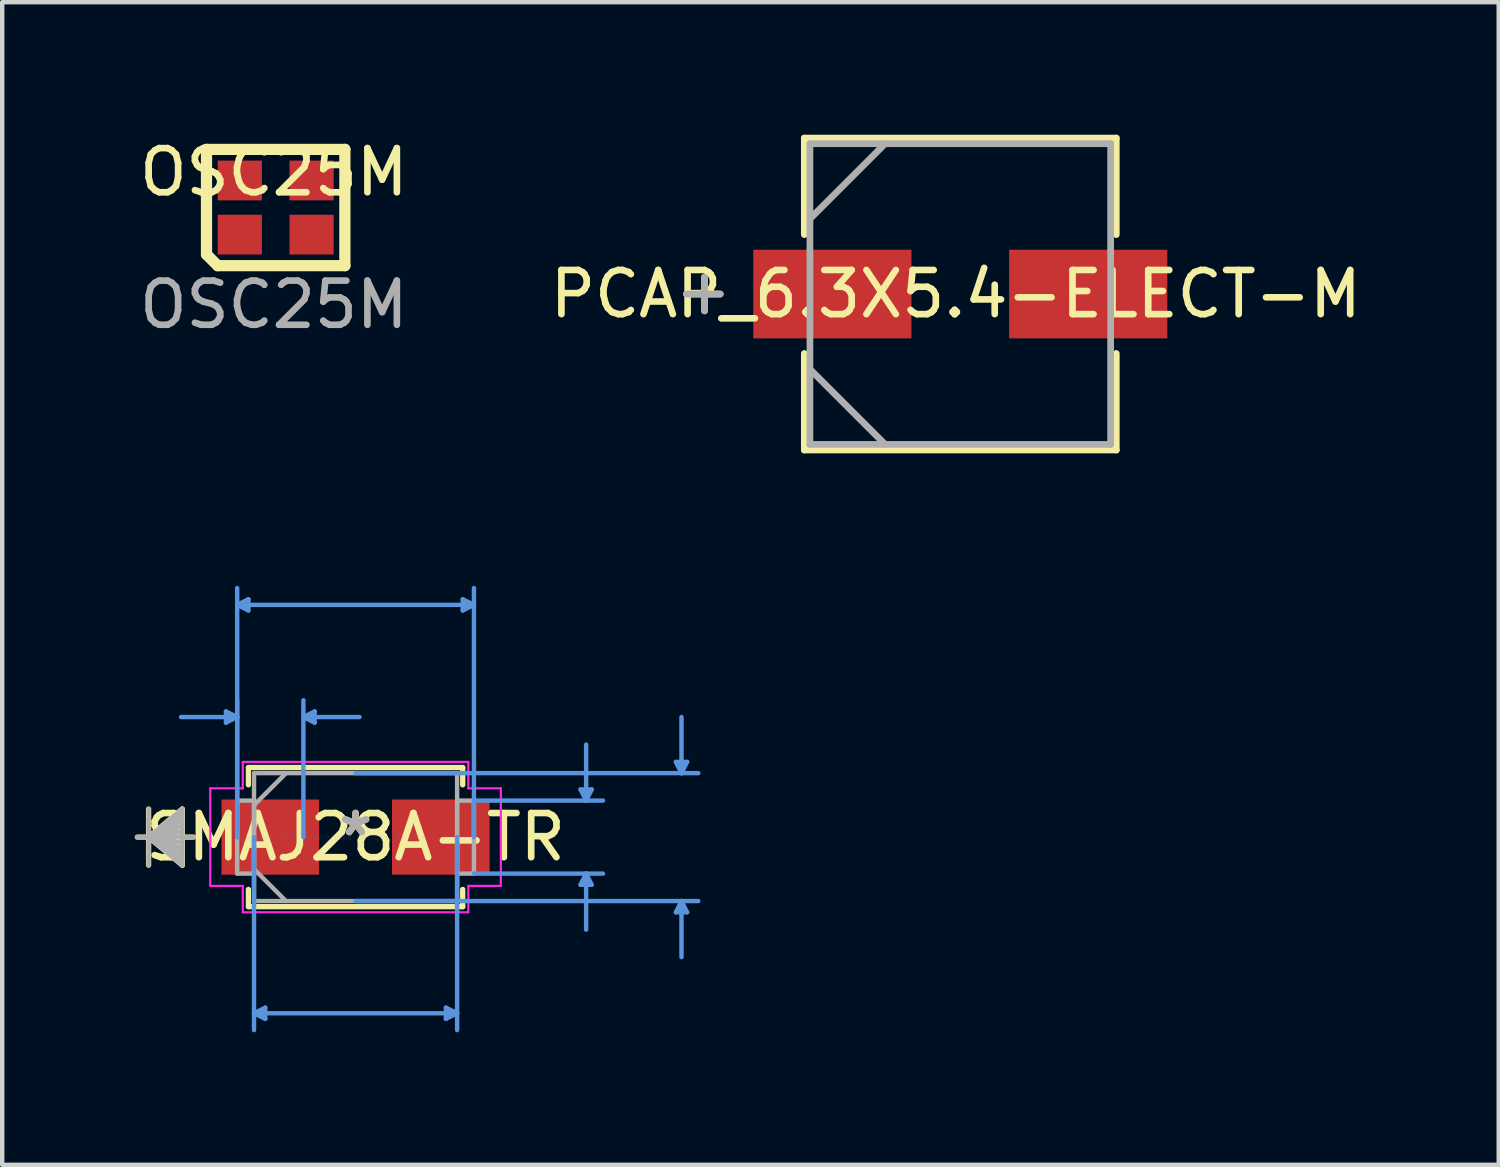
<source format=kicad_pcb>
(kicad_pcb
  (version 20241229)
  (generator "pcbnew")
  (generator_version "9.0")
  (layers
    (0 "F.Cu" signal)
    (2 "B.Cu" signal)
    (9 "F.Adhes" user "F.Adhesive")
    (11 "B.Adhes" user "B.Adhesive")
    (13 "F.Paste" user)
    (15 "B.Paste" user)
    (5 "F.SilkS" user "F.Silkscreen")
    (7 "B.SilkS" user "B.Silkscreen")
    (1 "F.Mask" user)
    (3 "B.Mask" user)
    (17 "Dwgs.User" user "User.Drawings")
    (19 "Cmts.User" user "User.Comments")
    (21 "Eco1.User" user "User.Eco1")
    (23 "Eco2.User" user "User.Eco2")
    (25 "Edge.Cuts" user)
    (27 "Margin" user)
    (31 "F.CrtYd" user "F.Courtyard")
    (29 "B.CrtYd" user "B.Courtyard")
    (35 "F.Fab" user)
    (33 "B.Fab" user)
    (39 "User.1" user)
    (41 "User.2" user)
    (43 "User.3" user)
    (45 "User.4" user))
  (footprint "SMAJ28A-TR"
    (layer "F.Cu")
    (at 5 15.902)
    (property "Reference" "SMAJ28A-TR" (at 0 0 0) (layer "F.SilkS") (effects (font (size 1 1) (thickness 0.15))))
    (attr through_hole)
    (fp_line (start -4.686 -0.635) (end -4.686 0.635) (stroke (width 0.12) (type solid)) (layer "F.SilkS"))
    (fp_line (start -4.686 0) (end -3.924 -0.635) (stroke (width 0.12) (type solid)) (layer "F.SilkS"))
    (fp_line (start -4.686 0) (end -3.924 -0.508) (stroke (width 0.12) (type solid)) (layer "F.SilkS"))
    (fp_line (start -4.686 0) (end -3.924 -0.381) (stroke (width 0.12) (type solid)) (layer "F.SilkS"))
    (fp_line (start -4.686 0) (end -3.924 -0.254) (stroke (width 0.12) (type solid)) (layer "F.SilkS"))
    (fp_line (start -4.686 0) (end -3.924 -0.127) (stroke (width 0.12) (type solid)) (layer "F.SilkS"))
    (fp_line (start -4.686 0) (end -3.924 0.127) (stroke (width 0.12) (type solid)) (layer "F.SilkS"))
    (fp_line (start -4.686 0) (end -3.924 0.254) (stroke (width 0.12) (type solid)) (layer "F.SilkS"))
    (fp_line (start -4.686 0) (end -3.924 0.381) (stroke (width 0.12) (type solid)) (layer "F.SilkS"))
    (fp_line (start -4.686 0) (end -3.924 0.508) (stroke (width 0.12) (type solid)) (layer "F.SilkS"))
    (fp_line (start -4.686 0) (end -3.924 0.635) (stroke (width 0.12) (type solid)) (layer "F.SilkS"))
    (fp_line (start -3.924 -0.635) (end -3.924 0.635) (stroke (width 0.12) (type solid)) (layer "F.SilkS"))
    (fp_line (start -3.67 0) (end -4.94 0) (stroke (width 0.12) (type solid)) (layer "F.SilkS"))
    (fp_line (start -2.426 -1.575) (end -2.426 -1.184) (stroke (width 0.12) (type solid)) (layer "F.SilkS"))
    (fp_line (start -2.426 1.184) (end -2.426 1.575) (stroke (width 0.12) (type solid)) (layer "F.SilkS"))
    (fp_line (start -2.426 1.575) (end 2.426 1.575) (stroke (width 0.12) (type solid)) (layer "F.SilkS"))
    (fp_line (start 2.426 -1.575) (end -2.426 -1.575) (stroke (width 0.12) (type solid)) (layer "F.SilkS"))
    (fp_line (start 2.426 -1.184) (end 2.426 -1.575) (stroke (width 0.12) (type solid)) (layer "F.SilkS"))
    (fp_line (start 2.426 1.575) (end 2.426 1.184) (stroke (width 0.12) (type solid)) (layer "F.SilkS"))
    (fp_line (start -2.934 -2.845) (end -2.934 -2.591) (stroke (width 0.1) (type solid)) (layer "Cmts.User"))
    (fp_line (start -2.68 -5.258) (end -2.426 -5.385) (stroke (width 0.1) (type solid)) (layer "Cmts.User"))
    (fp_line (start -2.68 -5.258) (end -2.426 -5.131) (stroke (width 0.1) (type solid)) (layer "Cmts.User"))
    (fp_line (start -2.68 -5.258) (end 2.68 -5.258) (stroke (width 0.1) (type solid)) (layer "Cmts.User"))
    (fp_line (start -2.68 -2.718) (end -3.95 -2.718) (stroke (width 0.1) (type solid)) (layer "Cmts.User"))
    (fp_line (start -2.68 -2.718) (end -2.934 -2.845) (stroke (width 0.1) (type solid)) (layer "Cmts.User"))
    (fp_line (start -2.68 -2.718) (end -2.934 -2.591) (stroke (width 0.1) (type solid)) (layer "Cmts.User"))
    (fp_line (start -2.68 0) (end -2.68 -5.639) (stroke (width 0.1) (type solid)) (layer "Cmts.User"))
    (fp_line (start -2.68 0) (end -2.68 -3.099) (stroke (width 0.1) (type solid)) (layer "Cmts.User"))
    (fp_line (start -2.426 -5.385) (end -2.426 -5.131) (stroke (width 0.1) (type solid)) (layer "Cmts.User"))
    (fp_line (start -2.299 0) (end -2.299 4.369) (stroke (width 0.1) (type solid)) (layer "Cmts.User"))
    (fp_line (start -2.299 3.988) (end -2.045 3.861) (stroke (width 0.1) (type solid)) (layer "Cmts.User"))
    (fp_line (start -2.299 3.988) (end -2.045 4.115) (stroke (width 0.1) (type solid)) (layer "Cmts.User"))
    (fp_line (start -2.299 3.988) (end 2.299 3.988) (stroke (width 0.1) (type solid)) (layer "Cmts.User"))
    (fp_line (start -2.045 3.861) (end -2.045 4.115) (stroke (width 0.1) (type solid)) (layer "Cmts.User"))
    (fp_line (start -1.181 -2.718) (end -0.927 -2.845) (stroke (width 0.1) (type solid)) (layer "Cmts.User"))
    (fp_line (start -1.181 -2.718) (end -0.927 -2.591) (stroke (width 0.1) (type solid)) (layer "Cmts.User"))
    (fp_line (start -1.181 -2.718) (end 0.089 -2.718) (stroke (width 0.1) (type solid)) (layer "Cmts.User"))
    (fp_line (start -1.181 0) (end -1.181 -3.099) (stroke (width 0.1) (type solid)) (layer "Cmts.User"))
    (fp_line (start -0.927 -2.845) (end -0.927 -2.591) (stroke (width 0.1) (type solid)) (layer "Cmts.User"))
    (fp_line (start 0 -1.448) (end 7.76 -1.448) (stroke (width 0.1) (type solid)) (layer "Cmts.User"))
    (fp_line (start 0 1.448) (end 7.76 1.448) (stroke (width 0.1) (type solid)) (layer "Cmts.User"))
    (fp_line (start 2.045 3.861) (end 2.045 4.115) (stroke (width 0.1) (type solid)) (layer "Cmts.User"))
    (fp_line (start 2.299 0) (end 2.299 4.369) (stroke (width 0.1) (type solid)) (layer "Cmts.User"))
    (fp_line (start 2.299 3.988) (end 2.045 3.861) (stroke (width 0.1) (type solid)) (layer "Cmts.User"))
    (fp_line (start 2.299 3.988) (end 2.045 4.115) (stroke (width 0.1) (type solid)) (layer "Cmts.User"))
    (fp_line (start 2.426 -5.385) (end 2.426 -5.131) (stroke (width 0.1) (type solid)) (layer "Cmts.User"))
    (fp_line (start 2.68 -5.258) (end 2.426 -5.385) (stroke (width 0.1) (type solid)) (layer "Cmts.User"))
    (fp_line (start 2.68 -5.258) (end 2.426 -5.131) (stroke (width 0.1) (type solid)) (layer "Cmts.User"))
    (fp_line (start 2.68 -0.826) (end 5.601 -0.826) (stroke (width 0.1) (type solid)) (layer "Cmts.User"))
    (fp_line (start 2.68 0) (end 2.68 -5.639) (stroke (width 0.1) (type solid)) (layer "Cmts.User"))
    (fp_line (start 2.68 0.826) (end 5.601 0.826) (stroke (width 0.1) (type solid)) (layer "Cmts.User"))
    (fp_line (start 5.093 -1.079) (end 5.347 -1.079) (stroke (width 0.1) (type solid)) (layer "Cmts.User"))
    (fp_line (start 5.093 1.079) (end 5.347 1.079) (stroke (width 0.1) (type solid)) (layer "Cmts.User"))
    (fp_line (start 5.22 -0.826) (end 5.093 -1.079) (stroke (width 0.1) (type solid)) (layer "Cmts.User"))
    (fp_line (start 5.22 -0.826) (end 5.22 -2.095) (stroke (width 0.1) (type solid)) (layer "Cmts.User"))
    (fp_line (start 5.22 -0.826) (end 5.347 -1.079) (stroke (width 0.1) (type solid)) (layer "Cmts.User"))
    (fp_line (start 5.22 0.826) (end 5.093 1.079) (stroke (width 0.1) (type solid)) (layer "Cmts.User"))
    (fp_line (start 5.22 0.826) (end 5.22 2.095) (stroke (width 0.1) (type solid)) (layer "Cmts.User"))
    (fp_line (start 5.22 0.826) (end 5.347 1.079) (stroke (width 0.1) (type solid)) (layer "Cmts.User"))
    (fp_line (start 7.252 -1.702) (end 7.506 -1.702) (stroke (width 0.1) (type solid)) (layer "Cmts.User"))
    (fp_line (start 7.252 1.702) (end 7.506 1.702) (stroke (width 0.1) (type solid)) (layer "Cmts.User"))
    (fp_line (start 7.379 -1.448) (end 7.252 -1.702) (stroke (width 0.1) (type solid)) (layer "Cmts.User"))
    (fp_line (start 7.379 -1.448) (end 7.379 -2.718) (stroke (width 0.1) (type solid)) (layer "Cmts.User"))
    (fp_line (start 7.379 -1.448) (end 7.506 -1.702) (stroke (width 0.1) (type solid)) (layer "Cmts.User"))
    (fp_line (start 7.379 1.448) (end 7.252 1.702) (stroke (width 0.1) (type solid)) (layer "Cmts.User"))
    (fp_line (start 7.379 1.448) (end 7.379 2.718) (stroke (width 0.1) (type solid)) (layer "Cmts.User"))
    (fp_line (start 7.379 1.448) (end 7.506 1.702) (stroke (width 0.1) (type solid)) (layer "Cmts.User"))
    (fp_line (start -3.289 -1.105) (end -2.553 -1.105) (stroke (width 0.05) (type solid)) (layer "F.CrtYd"))
    (fp_line (start -3.289 1.105) (end -3.289 -1.105) (stroke (width 0.05) (type solid)) (layer "F.CrtYd"))
    (fp_line (start -2.553 -1.702) (end 2.553 -1.702) (stroke (width 0.05) (type solid)) (layer "F.CrtYd"))
    (fp_line (start -2.553 -1.105) (end -2.553 -1.702) (stroke (width 0.05) (type solid)) (layer "F.CrtYd"))
    (fp_line (start -2.553 1.105) (end -3.289 1.105) (stroke (width 0.05) (type solid)) (layer "F.CrtYd"))
    (fp_line (start -2.553 1.702) (end -2.553 1.105) (stroke (width 0.05) (type solid)) (layer "F.CrtYd"))
    (fp_line (start 2.553 -1.702) (end 2.553 -1.105) (stroke (width 0.05) (type solid)) (layer "F.CrtYd"))
    (fp_line (start 2.553 -1.105) (end 3.289 -1.105) (stroke (width 0.05) (type solid)) (layer "F.CrtYd"))
    (fp_line (start 2.553 1.105) (end 2.553 1.702) (stroke (width 0.05) (type solid)) (layer "F.CrtYd"))
    (fp_line (start 2.553 1.702) (end -2.553 1.702) (stroke (width 0.05) (type solid)) (layer "F.CrtYd"))
    (fp_line (start 3.289 -1.105) (end 3.289 1.105) (stroke (width 0.05) (type solid)) (layer "F.CrtYd"))
    (fp_line (start 3.289 1.105) (end 2.553 1.105) (stroke (width 0.05) (type solid)) (layer "F.CrtYd"))
    (fp_line (start -4.686 -0.635) (end -4.686 0.635) (stroke (width 0.1) (type solid)) (layer "F.Fab"))
    (fp_line (start -4.686 0) (end -3.924 -0.635) (stroke (width 0.1) (type solid)) (layer "F.Fab"))
    (fp_line (start -4.686 0) (end -3.924 -0.508) (stroke (width 0.1) (type solid)) (layer "F.Fab"))
    (fp_line (start -4.686 0) (end -3.924 -0.381) (stroke (width 0.1) (type solid)) (layer "F.Fab"))
    (fp_line (start -4.686 0) (end -3.924 -0.254) (stroke (width 0.1) (type solid)) (layer "F.Fab"))
    (fp_line (start -4.686 0) (end -3.924 -0.127) (stroke (width 0.1) (type solid)) (layer "F.Fab"))
    (fp_line (start -4.686 0) (end -3.924 0.127) (stroke (width 0.1) (type solid)) (layer "F.Fab"))
    (fp_line (start -4.686 0) (end -3.924 0.254) (stroke (width 0.1) (type solid)) (layer "F.Fab"))
    (fp_line (start -4.686 0) (end -3.924 0.381) (stroke (width 0.1) (type solid)) (layer "F.Fab"))
    (fp_line (start -4.686 0) (end -3.924 0.508) (stroke (width 0.1) (type solid)) (layer "F.Fab"))
    (fp_line (start -4.686 0) (end -3.924 0.635) (stroke (width 0.1) (type solid)) (layer "F.Fab"))
    (fp_line (start -3.924 -0.635) (end -3.924 0.635) (stroke (width 0.1) (type solid)) (layer "F.Fab"))
    (fp_line (start -3.67 0) (end -4.94 0) (stroke (width 0.1) (type solid)) (layer "F.Fab"))
    (fp_line (start -2.68 -0.826) (end -2.68 0.826) (stroke (width 0.1) (type solid)) (layer "F.Fab"))
    (fp_line (start -2.68 0.826) (end -2.299 0.826) (stroke (width 0.1) (type solid)) (layer "F.Fab"))
    (fp_line (start -2.299 -1.448) (end -2.299 1.448) (stroke (width 0.1) (type solid)) (layer "F.Fab"))
    (fp_line (start -2.299 -0.826) (end -2.68 -0.826) (stroke (width 0.1) (type solid)) (layer "F.Fab"))
    (fp_line (start -2.299 -0.724) (end -1.575 -1.448) (stroke (width 0.1) (type solid)) (layer "F.Fab"))
    (fp_line (start -2.299 0.724) (end -1.575 1.448) (stroke (width 0.1) (type solid)) (layer "F.Fab"))
    (fp_line (start -2.299 0.826) (end -2.299 -0.826) (stroke (width 0.1) (type solid)) (layer "F.Fab"))
    (fp_line (start -2.299 1.448) (end 2.299 1.448) (stroke (width 0.1) (type solid)) (layer "F.Fab"))
    (fp_line (start 2.299 -1.448) (end -2.299 -1.448) (stroke (width 0.1) (type solid)) (layer "F.Fab"))
    (fp_line (start 2.299 -0.826) (end 2.299 0.826) (stroke (width 0.1) (type solid)) (layer "F.Fab"))
    (fp_line (start 2.299 0.826) (end 2.68 0.826) (stroke (width 0.1) (type solid)) (layer "F.Fab"))
    (fp_line (start 2.299 1.448) (end 2.299 -1.448) (stroke (width 0.1) (type solid)) (layer "F.Fab"))
    (fp_line (start 2.68 -0.826) (end 2.299 -0.826) (stroke (width 0.1) (type solid)) (layer "F.Fab"))
    (fp_line (start 2.68 0.826) (end 2.68 -0.826) (stroke (width 0.1) (type solid)) (layer "F.Fab"))
    (fp_text user "*" (at 0 0 0) (layer "F.SilkS") (effects (font (size 1 1) (thickness 0.15))))
    (fp_text user "Copyright 2021 Accelerated Designs. All rights reserved." (at 0 0 0) (layer "Cmts.User") (effects (font (size 0.127 0.127) (thickness 0.002))))
    (fp_text user "*" (at 0 0 0) (layer "F.Fab") (effects (font (size 1 1) (thickness 0.15))))
    (pad "1" smd rect (at -1.93 0) (size 2.21 1.702) (layers "F.Cu" "F.Mask" "F.Paste"))
    (pad "2" smd rect (at 1.93 0) (size 2.21 1.702) (layers "F.Cu" "F.Mask" "F.Paste")))
  (footprint "PCAP_6.3X5.4-ELECT-M"
    (layer "F.Cu")
    (at 18.691 3.607)
    (property "Reference" "PCAP_6.3X5.4-ELECT-M" (at -0.102 0 0) (layer "F.SilkS") (effects (font (size 1 1) (thickness 0.15))))
    (attr smd)
    (fp_line (start -5.791 -0.381) (end -5.791 0.381) (stroke (width 0.152) (type solid)) (layer "F.SilkS"))
    (fp_line (start -5.436 0) (end -6.198 0) (stroke (width 0.152) (type solid)) (layer "F.SilkS"))
    (fp_line (start -3.531 -3.531) (end -3.531 -1.346) (stroke (width 0.152) (type solid)) (layer "F.SilkS"))
    (fp_line (start -3.531 1.346) (end -3.531 3.531) (stroke (width 0.152) (type solid)) (layer "F.SilkS"))
    (fp_line (start -3.531 3.531) (end 3.531 3.531) (stroke (width 0.152) (type solid)) (layer "F.SilkS"))
    (fp_line (start 3.531 -3.531) (end -3.531 -3.531) (stroke (width 0.152) (type solid)) (layer "F.SilkS"))
    (fp_line (start 3.531 -1.346) (end 3.531 -3.531) (stroke (width 0.152) (type solid)) (layer "F.SilkS"))
    (fp_line (start 3.531 3.531) (end 3.531 1.346) (stroke (width 0.152) (type solid)) (layer "F.SilkS"))
    (fp_line (start -5.791 -0.381) (end -5.791 0.381) (stroke (width 0.152) (type solid)) (layer "F.Fab"))
    (fp_line (start -5.436 0) (end -6.198 0) (stroke (width 0.152) (type solid)) (layer "F.Fab"))
    (fp_line (start -3.404 -3.404) (end -3.404 3.404) (stroke (width 0.152) (type solid)) (layer "F.Fab"))
    (fp_line (start -3.404 -1.702) (end -1.702 -3.404) (stroke (width 0.152) (type solid)) (layer "F.Fab"))
    (fp_line (start -3.404 1.702) (end -1.702 3.404) (stroke (width 0.152) (type solid)) (layer "F.Fab"))
    (fp_line (start -3.404 3.404) (end 3.404 3.404) (stroke (width 0.152) (type solid)) (layer "F.Fab"))
    (fp_line (start 3.404 -3.404) (end -3.404 -3.404) (stroke (width 0.152) (type solid)) (layer "F.Fab"))
    (fp_line (start 3.404 3.404) (end 3.404 -3.404) (stroke (width 0.152) (type solid)) (layer "F.Fab"))
    (pad "1" smd rect (at -2.896 0) (size 3.581 2.007) (layers "F.Cu" "F.Mask" "F.Paste"))
    (pad "2" smd rect (at 2.896 0) (size 3.581 2.007) (layers "F.Cu" "F.Mask" "F.Paste")))
  (footprint "OSC25M"
    (layer "F.Cu")
    (at 3.149 1.348)
    (property "Reference" "OSC25M" (at 0 -0.5 0) (unlocked yes) (layer "F.SilkS") (effects (font (size 1 1) (thickness 0.15))))
    (attr smd)
    (fp_line (start -1.524 -1.016) (end -1.524 1.363) (stroke (width 0.254) (type solid)) (layer "F.SilkS"))
    (fp_line (start -1.27 1.617) (end -1.524 1.363) (stroke (width 0.254) (type solid)) (layer "F.SilkS"))
    (fp_line (start 1.609 -1.016) (end -1.524 -1.016) (stroke (width 0.254) (type solid)) (layer "F.SilkS"))
    (fp_line (start 1.609 -1.016) (end 1.609 1.617) (stroke (width 0.254) (type solid)) (layer "F.SilkS"))
    (fp_line (start 1.609 1.617) (end -1.27 1.617) (stroke (width 0.254) (type solid)) (layer "F.SilkS"))
    (fp_line (start -1.524 -1.016) (end -1.524 1.363) (stroke (width 0.254) (type solid)) (layer "Eco1.User"))
    (fp_line (start -1.27 1.617) (end -1.524 1.363) (stroke (width 0.254) (type solid)) (layer "Eco1.User"))
    (fp_line (start 0.043 -0.97) (end 0.043 1.57) (stroke (width 0.254) (type solid)) (layer "Eco1.User"))
    (fp_line (start 1.313 0.3) (end -1.227 0.3) (stroke (width 0.254) (type solid)) (layer "Eco1.User"))
    (fp_line (start 1.609 -1.016) (end -1.524 -1.016) (stroke (width 0.254) (type solid)) (layer "Eco1.User"))
    (fp_line (start 1.609 -1.016) (end 1.609 1.617) (stroke (width 0.254) (type solid)) (layer "Eco1.User"))
    (fp_line (start 1.609 1.617) (end -1.27 1.617) (stroke (width 0.254) (type solid)) (layer "Eco1.User"))
    (fp_text user "${REFERENCE}" (at 0 2.5 0) (unlocked yes) (layer "F.Fab") (effects (font (size 1 1) (thickness 0.15))))
    (pad "1" smd rect (at -0.77 0.913) (size 1 0.9) (layers "F.Cu" "F.Paste"))
    (pad "2" smd rect (at 0.855 0.913) (size 1 0.9) (layers "F.Cu" "F.Paste"))
    (pad "3" smd rect (at 0.855 -0.312) (size 1 0.9) (layers "F.Cu" "F.Paste"))
    (pad "4" smd rect (at -0.77 -0.312) (size 1 0.9) (layers "F.Cu" "F.Paste")))
  (gr_rect
    (start -3 -3)
    (end 30.881 23.321)
    (stroke (width 0.1) (type default))
    (fill no)
    (layer "Edge.Cuts")))
</source>
